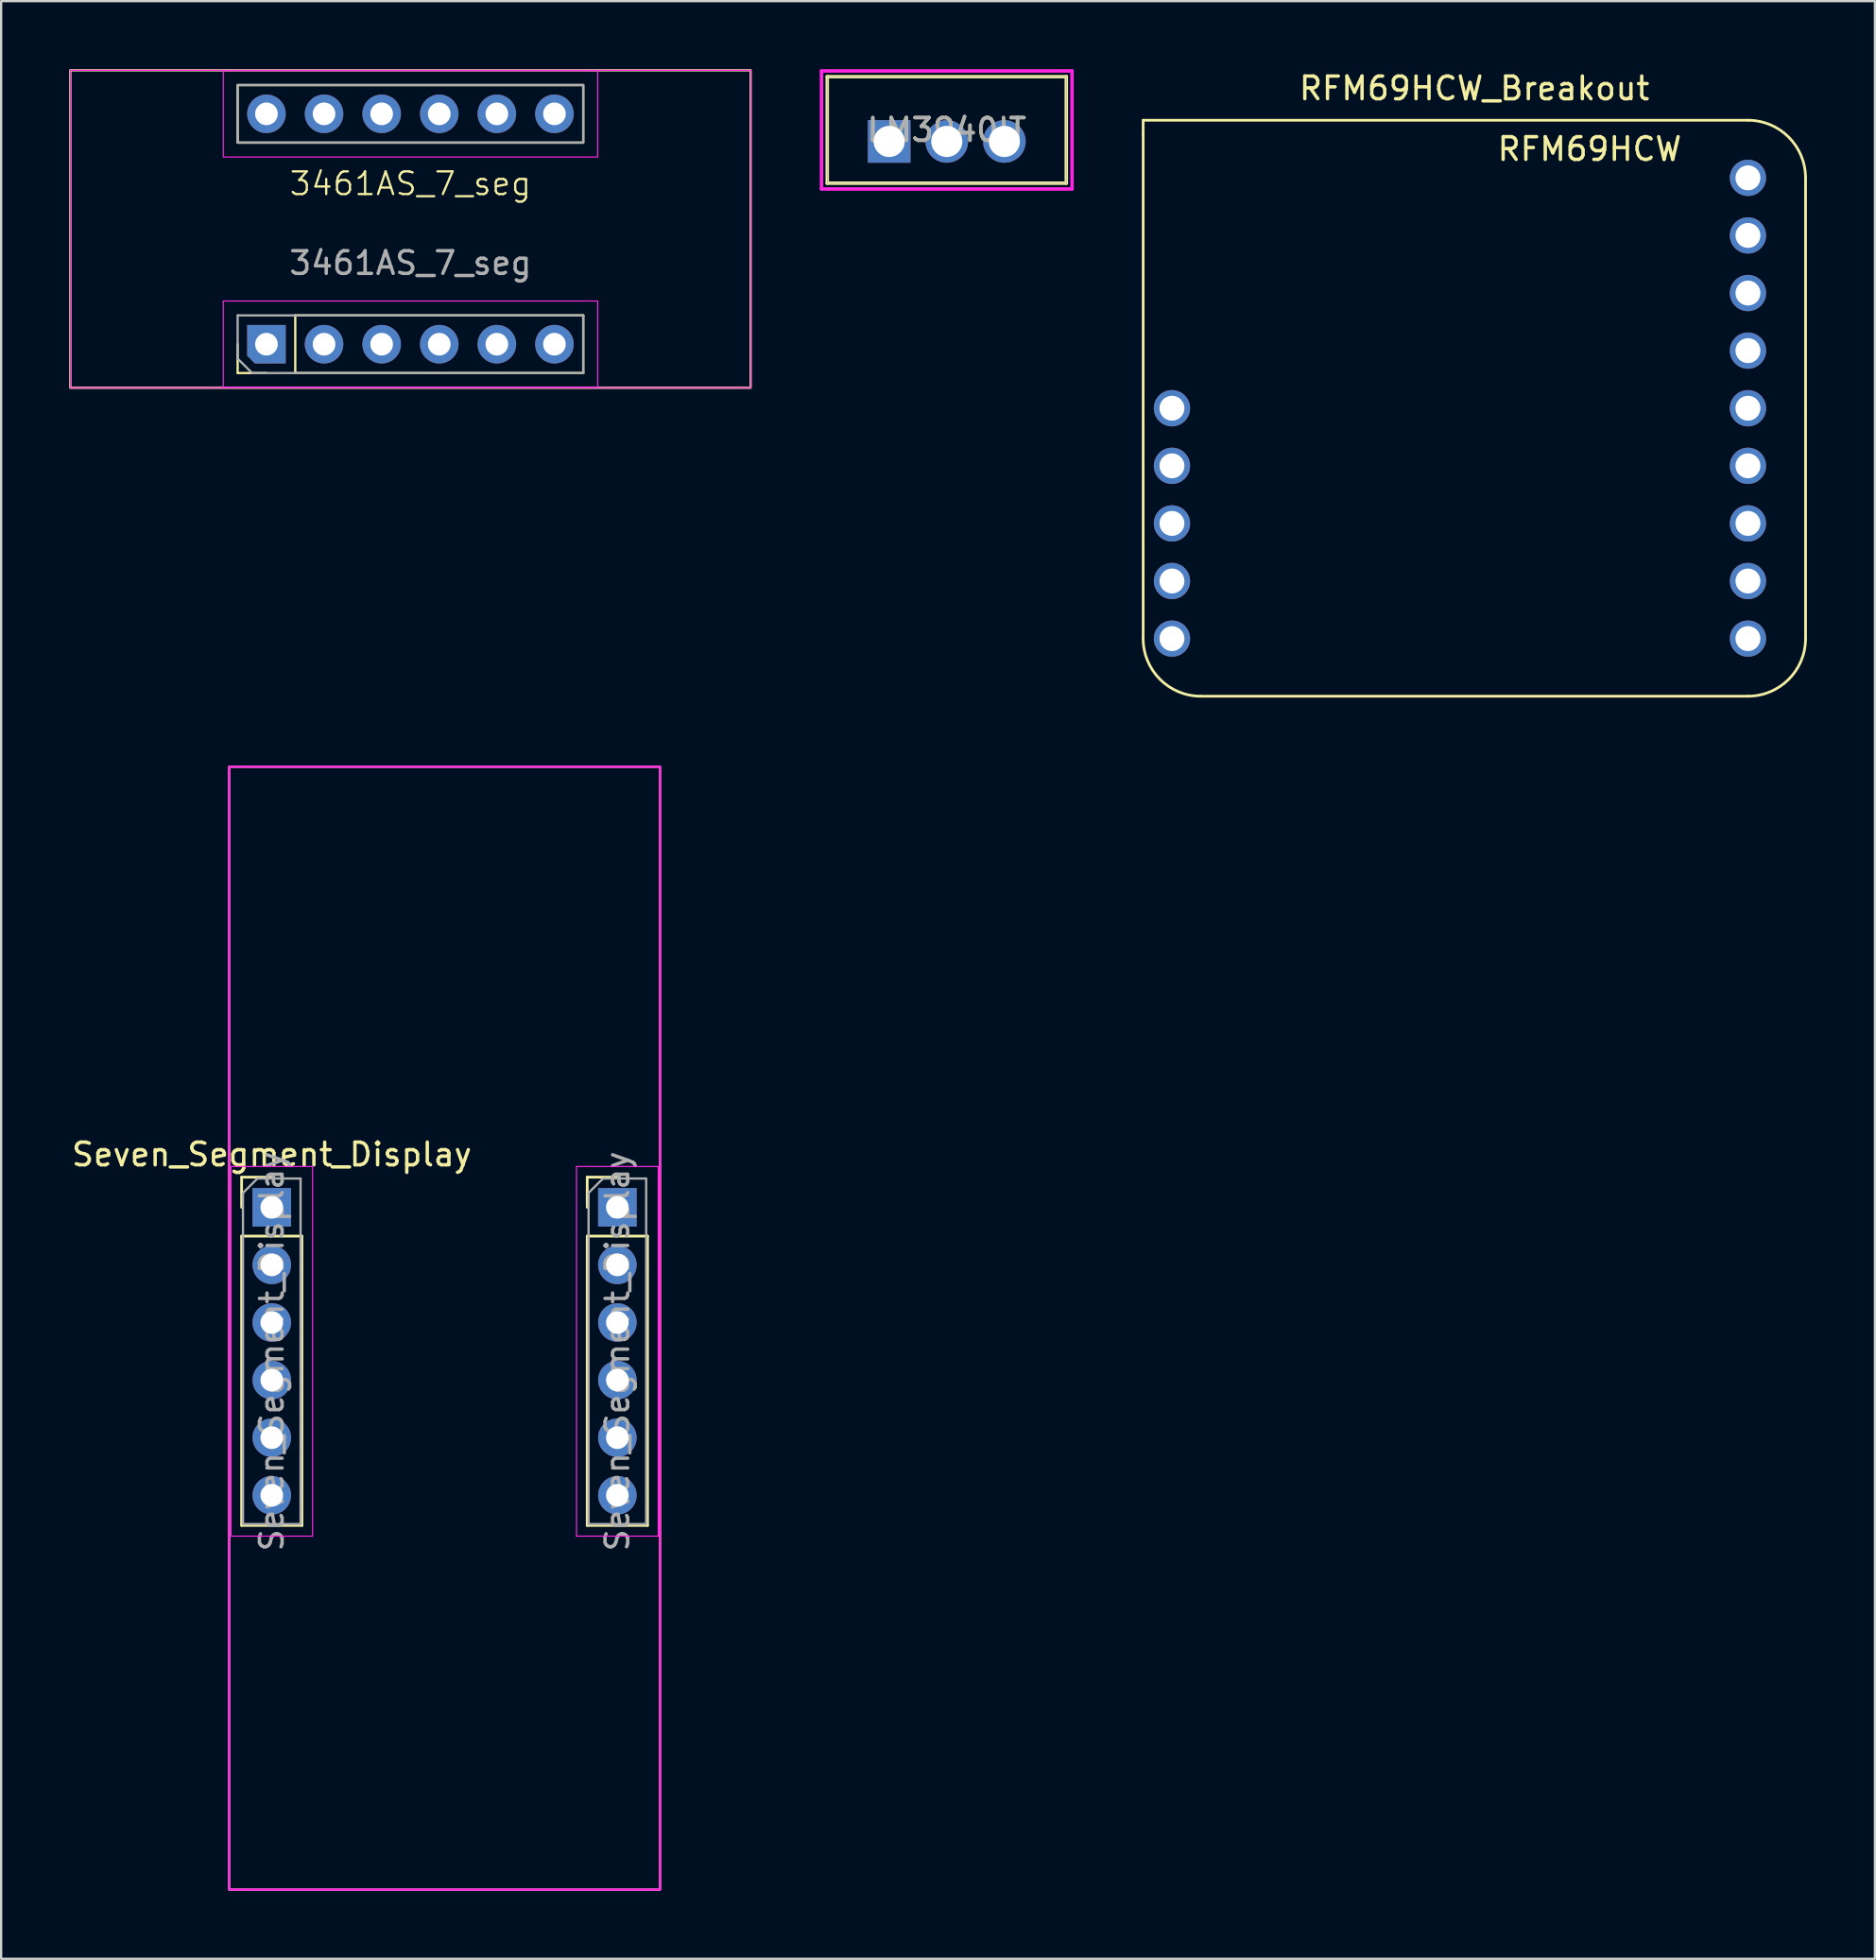
<source format=kicad_pcb>
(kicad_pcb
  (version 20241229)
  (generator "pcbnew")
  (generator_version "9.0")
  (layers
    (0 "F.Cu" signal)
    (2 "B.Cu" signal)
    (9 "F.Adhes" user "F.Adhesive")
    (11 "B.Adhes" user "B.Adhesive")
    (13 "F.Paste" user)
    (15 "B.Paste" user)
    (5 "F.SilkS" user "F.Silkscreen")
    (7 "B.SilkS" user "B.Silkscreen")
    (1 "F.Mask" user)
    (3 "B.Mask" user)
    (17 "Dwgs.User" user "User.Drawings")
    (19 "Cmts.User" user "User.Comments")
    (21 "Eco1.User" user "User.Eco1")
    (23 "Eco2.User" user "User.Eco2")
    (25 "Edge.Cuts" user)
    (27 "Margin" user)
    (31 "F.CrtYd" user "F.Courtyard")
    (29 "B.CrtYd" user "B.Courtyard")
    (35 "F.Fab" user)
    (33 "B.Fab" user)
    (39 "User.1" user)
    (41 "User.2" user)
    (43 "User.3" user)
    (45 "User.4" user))
  (footprint "3461AS_7_seg"
    (layer "F.Cu")
    (at 15.05 7.05)
    (property "Reference" "3461AS_7_seg" (at 0 -2 0) (unlocked yes) (layer "F.SilkS") (effects (font (size 1 1) (thickness 0.1))))
    (attr smd)
    (fp_line (start -7.62 5.08) (end -7.62 6.35) (stroke (width 0.1) (type default)) (layer "F.SilkS"))
    (fp_line (start -7.62 6.35) (end -6.35 6.35) (stroke (width 0.1) (type default)) (layer "F.SilkS"))
    (fp_line (start -5.08 3.81) (end 7.62 3.81) (stroke (width 0.1) (type default)) (layer "F.SilkS"))
    (fp_line (start -5.08 6.35) (end -5.08 3.81) (stroke (width 0.1) (type default)) (layer "F.SilkS"))
    (fp_line (start 7.62 3.81) (end 7.62 6.35) (stroke (width 0.1) (type default)) (layer "F.SilkS"))
    (fp_line (start 7.62 6.35) (end -5.08 6.35) (stroke (width 0.1) (type default)) (layer "F.SilkS"))
    (fp_rect (start -15 -7) (end 15 7) (stroke (width 0.1) (type default)) (fill no) (layer "F.SilkS"))
    (fp_rect (start -7.62 -6.35) (end 7.62 -3.81) (stroke (width 0.1) (type default)) (fill no) (layer "F.SilkS"))
    (fp_rect (start -15 -7) (end 15 7) (stroke (width 0.05) (type default)) (fill no) (layer "F.CrtYd"))
    (fp_rect (start -8.255 -6.985) (end 8.255 -3.175) (stroke (width 0.05) (type default)) (fill no) (layer "F.CrtYd"))
    (fp_rect (start -8.255 3.175) (end 8.255 6.985) (stroke (width 0.05) (type default)) (fill no) (layer "F.CrtYd"))
    (fp_line (start -7.62 3.81) (end -5.08 3.81) (stroke (width 0.1) (type default)) (layer "F.Fab"))
    (fp_line (start -7.62 5.715) (end -7.62 3.81) (stroke (width 0.1) (type default)) (layer "F.Fab"))
    (fp_line (start -6.985 6.35) (end -7.62 5.715) (stroke (width 0.1) (type default)) (layer "F.Fab"))
    (fp_line (start -5.08 3.81) (end 7.62 3.81) (stroke (width 0.1) (type default)) (layer "F.Fab"))
    (fp_line (start -5.08 6.35) (end -6.985 6.35) (stroke (width 0.1) (type default)) (layer "F.Fab"))
    (fp_line (start 7.62 3.81) (end 7.62 6.35) (stroke (width 0.1) (type default)) (layer "F.Fab"))
    (fp_line (start 7.62 6.35) (end -5.08 6.35) (stroke (width 0.1) (type default)) (layer "F.Fab"))
    (fp_rect (start -7.62 -6.35) (end 7.62 -3.81) (stroke (width 0.1) (type default)) (fill no) (layer "F.Fab"))
    (fp_text user "${REFERENCE}" (at 0 1.5 0) (unlocked yes) (layer "F.Fab") (effects (font (size 1 1) (thickness 0.15))))
    (pad "1" thru_hole roundrect (at -6.35 5.08 90) (size 1.7 1.7) (drill 1) (layers "*.Cu" "*.Mask") (roundrect_rratio 0) (chamfer_ratio 0.2) (chamfer top_left))
    (pad "2" thru_hole circle (at -3.81 5.08 90) (size 1.7 1.7) (drill 1) (layers "*.Cu" "*.Mask"))
    (pad "3" thru_hole circle (at -1.27 5.08 90) (size 1.7 1.7) (drill 1) (layers "*.Cu" "*.Mask"))
    (pad "4" thru_hole circle (at 1.27 5.08 90) (size 1.7 1.7) (drill 1) (layers "*.Cu" "*.Mask"))
    (pad "5" thru_hole circle (at 3.81 5.08 90) (size 1.7 1.7) (drill 1) (layers "*.Cu" "*.Mask"))
    (pad "6" thru_hole circle (at 6.35 5.08 90) (size 1.7 1.7) (drill 1) (layers "*.Cu" "*.Mask"))
    (pad "7" thru_hole circle (at 6.35 -5.08 90) (size 1.7 1.7) (drill 1) (layers "*.Cu" "*.Mask"))
    (pad "8" thru_hole circle (at 3.81 -5.08 90) (size 1.7 1.7) (drill 1) (layers "*.Cu" "*.Mask"))
    (pad "9" thru_hole circle (at 1.27 -5.08 90) (size 1.7 1.7) (drill 1) (layers "*.Cu" "*.Mask"))
    (pad "10" thru_hole circle (at -1.27 -5.08 90) (size 1.7 1.7) (drill 1) (layers "*.Cu" "*.Mask"))
    (pad "11" thru_hole circle (at -3.81 -5.08 90) (size 1.7 1.7) (drill 1) (layers "*.Cu" "*.Mask"))
    (pad "12" thru_hole circle (at -6.35 -5.08 90) (size 1.7 1.7) (drill 1) (layers "*.Cu" "*.Mask")))
  (footprint "Seven_Segment_Display"
    (layer "F.Cu")
    (at 8.935 50.193)
    (property "Reference" "Seven_Segment_Display" (at 0 -2.33 0) (layer "F.SilkS") (effects (font (size 1 1) (thickness 0.15))))
    (attr through_hole)
    (fp_line (start -1.33 -1.33) (end 0 -1.33) (stroke (width 0.12) (type solid)) (layer "F.SilkS"))
    (fp_line (start -1.33 0) (end -1.33 -1.33) (stroke (width 0.12) (type solid)) (layer "F.SilkS"))
    (fp_line (start -1.33 1.27) (end -1.33 14.03) (stroke (width 0.12) (type solid)) (layer "F.SilkS"))
    (fp_line (start -1.33 1.27) (end 1.33 1.27) (stroke (width 0.12) (type solid)) (layer "F.SilkS"))
    (fp_line (start -1.33 14.03) (end 1.33 14.03) (stroke (width 0.12) (type solid)) (layer "F.SilkS"))
    (fp_line (start 1.33 1.27) (end 1.33 14.03) (stroke (width 0.12) (type solid)) (layer "F.SilkS"))
    (fp_line (start 13.91 -1.33) (end 15.24 -1.33) (stroke (width 0.12) (type solid)) (layer "F.SilkS"))
    (fp_line (start 13.91 0) (end 13.91 -1.33) (stroke (width 0.12) (type solid)) (layer "F.SilkS"))
    (fp_line (start 13.91 1.27) (end 13.91 14.03) (stroke (width 0.12) (type solid)) (layer "F.SilkS"))
    (fp_line (start 13.91 1.27) (end 16.57 1.27) (stroke (width 0.12) (type solid)) (layer "F.SilkS"))
    (fp_line (start 13.91 14.03) (end 16.57 14.03) (stroke (width 0.12) (type solid)) (layer "F.SilkS"))
    (fp_line (start 16.57 1.27) (end 16.57 14.03) (stroke (width 0.12) (type solid)) (layer "F.SilkS"))
    (fp_rect (start -1.88 -19.43) (end 17.12 30.09) (stroke (width 0.1) (type default)) (fill no) (layer "F.SilkS"))
    (fp_line (start -1.8 -1.8) (end -1.8 14.5) (stroke (width 0.05) (type solid)) (layer "F.CrtYd"))
    (fp_line (start -1.8 14.5) (end 1.8 14.5) (stroke (width 0.05) (type solid)) (layer "F.CrtYd"))
    (fp_line (start 1.8 -1.8) (end -1.8 -1.8) (stroke (width 0.05) (type solid)) (layer "F.CrtYd"))
    (fp_line (start 1.8 14.5) (end 1.8 -1.8) (stroke (width 0.05) (type solid)) (layer "F.CrtYd"))
    (fp_line (start 13.44 -1.8) (end 13.44 14.5) (stroke (width 0.05) (type solid)) (layer "F.CrtYd"))
    (fp_line (start 13.44 14.5) (end 17.04 14.5) (stroke (width 0.05) (type solid)) (layer "F.CrtYd"))
    (fp_line (start 17.04 -1.8) (end 13.44 -1.8) (stroke (width 0.05) (type solid)) (layer "F.CrtYd"))
    (fp_line (start 17.04 14.5) (end 17.04 -1.8) (stroke (width 0.05) (type solid)) (layer "F.CrtYd"))
    (fp_rect (start -1.88 -19.43) (end 17.12 30.09) (stroke (width 0.1) (type default)) (fill no) (layer "F.CrtYd"))
    (fp_line (start -1.27 -0.635) (end -0.635 -1.27) (stroke (width 0.1) (type solid)) (layer "F.Fab"))
    (fp_line (start -1.27 13.97) (end -1.27 -0.635) (stroke (width 0.1) (type solid)) (layer "F.Fab"))
    (fp_line (start -0.635 -1.27) (end 1.27 -1.27) (stroke (width 0.1) (type solid)) (layer "F.Fab"))
    (fp_line (start 1.27 -1.27) (end 1.27 13.97) (stroke (width 0.1) (type solid)) (layer "F.Fab"))
    (fp_line (start 1.27 13.97) (end -1.27 13.97) (stroke (width 0.1) (type solid)) (layer "F.Fab"))
    (fp_line (start 13.97 -0.635) (end 14.605 -1.27) (stroke (width 0.1) (type solid)) (layer "F.Fab"))
    (fp_line (start 13.97 13.97) (end 13.97 -0.635) (stroke (width 0.1) (type solid)) (layer "F.Fab"))
    (fp_line (start 14.605 -1.27) (end 16.51 -1.27) (stroke (width 0.1) (type solid)) (layer "F.Fab"))
    (fp_line (start 16.51 -1.27) (end 16.51 13.97) (stroke (width 0.1) (type solid)) (layer "F.Fab"))
    (fp_line (start 16.51 13.97) (end 13.97 13.97) (stroke (width 0.1) (type solid)) (layer "F.Fab"))
    (fp_text user "${REFERENCE}" (at 15.24 6.35 270) (layer "F.Fab") (effects (font (size 1 1) (thickness 0.15))))
    (fp_text user "${REFERENCE}" (at 0 6.35 270) (layer "F.Fab") (effects (font (size 1 1) (thickness 0.15))))
    (pad "1" thru_hole rect (at 0 0) (size 1.7 1.7) (drill 1) (layers "*.Cu" "*.Mask"))
    (pad "2" thru_hole oval (at 0 2.54) (size 1.7 1.7) (drill 1) (layers "*.Cu" "*.Mask"))
    (pad "3" thru_hole oval (at 0 5.08) (size 1.7 1.7) (drill 1) (layers "*.Cu" "*.Mask"))
    (pad "4" thru_hole oval (at 0 7.62) (size 1.7 1.7) (drill 1) (layers "*.Cu" "*.Mask"))
    (pad "5" thru_hole oval (at 0 10.16) (size 1.7 1.7) (drill 1) (layers "*.Cu" "*.Mask"))
    (pad "6" thru_hole oval (at 0 12.7) (size 1.7 1.7) (drill 1) (layers "*.Cu" "*.Mask"))
    (pad "7" thru_hole oval (at 15.24 12.7) (size 1.7 1.7) (drill 1) (layers "*.Cu" "*.Mask"))
    (pad "8" thru_hole oval (at 15.24 10.16) (size 1.7 1.7) (drill 1) (layers "*.Cu" "*.Mask"))
    (pad "9" thru_hole oval (at 15.24 7.62) (size 1.7 1.7) (drill 1) (layers "*.Cu" "*.Mask"))
    (pad "10" thru_hole oval (at 15.24 5.08) (size 1.7 1.7) (drill 1) (layers "*.Cu" "*.Mask"))
    (pad "11" thru_hole oval (at 15.24 2.54) (size 1.7 1.7) (drill 1) (layers "*.Cu" "*.Mask"))
    (pad "12" thru_hole rect (at 15.24 0) (size 1.7 1.7) (drill 1) (layers "*.Cu" "*.Mask")))
  (footprint "RFM69HCW_Breakout"
    (layer "F.Cu")
    (at 61.966 14.953)
    (property "Reference" "RFM69HCW_Breakout" (at 0 -14.105 0) (layer "F.SilkS") (effects (font (size 1 1) (thickness 0.15))))
    (attr through_hole)
    (fp_line (start -14.605 -12.065) (end -14.605 -12.7) (stroke (width 0.12) (type solid)) (layer "F.SilkS"))
    (fp_line (start -14.605 -12.065) (end -14.605 10.16) (stroke (width 0.12) (type solid)) (layer "F.SilkS"))
    (fp_line (start -12.065 12.7) (end 12.065 12.7) (stroke (width 0.12) (type solid)) (layer "F.SilkS"))
    (fp_line (start 12.065 -12.7) (end -14.605 -12.7) (stroke (width 0.12) (type solid)) (layer "F.SilkS"))
    (fp_line (start 14.605 0) (end 14.605 -10.16) (stroke (width 0.12) (type solid)) (layer "F.SilkS"))
    (fp_line (start 14.605 0) (end 14.605 10.16) (stroke (width 0.12) (type solid)) (layer "F.SilkS"))
    (fp_arc (start -12.065 12.7) (mid -13.861051 11.956051) (end -14.605 10.16) (stroke (width 0.12) (type solid)) (layer "F.SilkS"))
    (fp_arc (start 12.065 -12.7) (mid 13.861051 -11.956051) (end 14.605 -10.16) (stroke (width 0.12) (type solid)) (layer "F.SilkS"))
    (fp_arc (start 14.605 10.16) (mid 13.861051 11.956051) (end 12.065 12.7) (stroke (width 0.12) (type solid)) (layer "F.SilkS"))
    (fp_text user "RFM69HCW" (at 5.08 -11.43 0) (layer "F.SilkS") (effects (font (size 1 1) (thickness 0.15))))
    (pad "1" thru_hole circle (at 12.065 10.16 180) (size 1.6 1.6) (drill 1.1) (layers "*.Cu" "*.Mask"))
    (pad "2" thru_hole circle (at 12.065 7.62 180) (size 1.6 1.6) (drill 1.1) (layers "*.Cu" "*.Mask"))
    (pad "3" thru_hole circle (at 12.065 5.08 180) (size 1.6 1.6) (drill 1.1) (layers "*.Cu" "*.Mask"))
    (pad "4" thru_hole circle (at 12.065 2.54 180) (size 1.6 1.6) (drill 1.1) (layers "*.Cu" "*.Mask"))
    (pad "5" thru_hole circle (at 12.065 0 180) (size 1.6 1.6) (drill 1.1) (layers "*.Cu" "*.Mask"))
    (pad "6" thru_hole circle (at 12.065 -2.54 180) (size 1.6 1.6) (drill 1.1) (layers "*.Cu" "*.Mask"))
    (pad "7" thru_hole circle (at 12.065 -5.08 180) (size 1.6 1.6) (drill 1.1) (layers "*.Cu" "*.Mask"))
    (pad "8" thru_hole circle (at 12.065 -7.62 180) (size 1.6 1.6) (drill 1.1) (layers "*.Cu" "*.Mask"))
    (pad "9" thru_hole circle (at 12.065 -10.16 180) (size 1.6 1.6) (drill 1.1) (layers "*.Cu" "*.Mask"))
    (pad "10" thru_hole circle (at -13.335 0 180) (size 1.6 1.6) (drill 1.1) (layers "*.Cu" "*.Mask"))
    (pad "11" thru_hole circle (at -13.335 2.54 180) (size 1.6 1.6) (drill 1.1) (layers "*.Cu" "*.Mask"))
    (pad "12" thru_hole circle (at -13.335 5.08 180) (size 1.6 1.6) (drill 1.1) (layers "*.Cu" "*.Mask"))
    (pad "13" thru_hole circle (at -13.335 7.62 180) (size 1.6 1.6) (drill 1.1) (layers "*.Cu" "*.Mask"))
    (pad "14" thru_hole circle (at -13.335 10.16 180) (size 1.6 1.6) (drill 1.1) (layers "*.Cu" "*.Mask")))
  (footprint "LM3940IT"
    (layer "F.Cu")
    (at 41.241 2.172)
    (property "Reference" "LM3940IT" (at -2.54 0.508 0) (unlocked yes) (layer "F.SilkS") (effects (font (size 1 1) (thickness 0.15))))
    (attr through_hole)
    (fp_line (start -7.811 -1.841) (end -7.811 2.857) (stroke (width 0.152) (type solid)) (layer "F.SilkS"))
    (fp_line (start -7.811 2.857) (end 2.731 2.857) (stroke (width 0.152) (type solid)) (layer "F.SilkS"))
    (fp_line (start 2.731 -1.841) (end -7.811 -1.841) (stroke (width 0.152) (type solid)) (layer "F.SilkS"))
    (fp_line (start 2.731 2.857) (end 2.731 -1.841) (stroke (width 0.152) (type solid)) (layer "F.SilkS"))
    (fp_line (start -8.065 -2.095) (end 2.985 -2.095) (stroke (width 0.152) (type solid)) (layer "F.CrtYd"))
    (fp_line (start -8.065 3.111) (end -8.065 -2.095) (stroke (width 0.152) (type solid)) (layer "F.CrtYd"))
    (fp_line (start 2.985 -2.095) (end 2.985 3.111) (stroke (width 0.152) (type solid)) (layer "F.CrtYd"))
    (fp_line (start 2.985 3.111) (end -8.065 3.111) (stroke (width 0.152) (type solid)) (layer "F.CrtYd"))
    (fp_line (start -7.811 -1.841) (end -7.811 2.857) (stroke (width 0.025) (type solid)) (layer "F.Fab"))
    (fp_line (start -7.811 2.857) (end 2.731 2.857) (stroke (width 0.025) (type solid)) (layer "F.Fab"))
    (fp_line (start 2.731 -1.841) (end -7.811 -1.841) (stroke (width 0.025) (type solid)) (layer "F.Fab"))
    (fp_line (start 2.731 2.857) (end 2.731 -1.841) (stroke (width 0.025) (type solid)) (layer "F.Fab"))
    (fp_text user "${REFERENCE}" (at -2.54 0.508 0) (unlocked yes) (layer "F.Fab") (effects (font (size 1 1) (thickness 0.15))))
    (pad "1" thru_hole rect (at -5.08 1.016) (size 1.88 1.88) (drill 1.372) (layers "*.Cu" "*.Mask"))
    (pad "2" thru_hole circle (at -2.54 1.016) (size 1.88 1.88) (drill 1.372) (layers "*.Cu" "*.Mask"))
    (pad "3" thru_hole circle (at 0 1.016) (size 1.88 1.88) (drill 1.372) (layers "*.Cu" "*.Mask")))
  (gr_rect
    (start -3 -3)
    (end 79.631 83.333)
    (stroke (width 0.1) (type default))
    (fill no)
    (layer "Edge.Cuts")))
</source>
